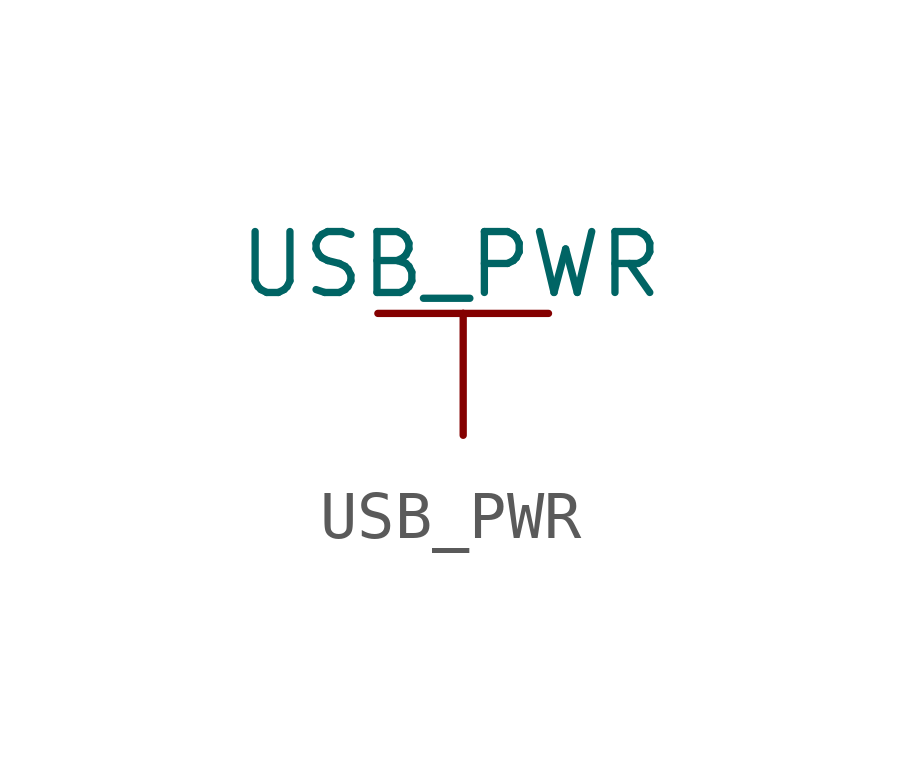
<source format=kicad_sym>
(kicad_symbol_lib
  (version 20231120)
  (generator "kicad_symbol_editor")
  (generator_version "8.0")
  (symbol "USB_PWR"
    (power)
    (pin_numbers hide)
    (pin_names
      (offset 0) hide)
    (property "Reference" "#PWR"
      (at 0 -3.81 0)
      (effects (font (size 1.27 1.27)) (hide yes)))
    (property "Value" "USB_PWR"
      (at -0.254 3.556 0)
      (effects (font (size 1.27 1.27))))
    (property "Footprint" ""
      (at 0 0 0)
      (effects (font (size 1.524 1.524))))
    (property "Datasheet" ""
      (at 0 0 0)
      (effects (font (size 1.524 1.524))))
    (symbol "USB_PWR_0_1"
      (polyline (pts (xy -1.778 2.54) (xy 0 2.54)) (stroke (width 0) (type default)) (fill (type none)))
      (polyline (pts (xy 0 0) (xy 0 2.54)) (stroke (width 0) (type default)) (fill (type none)))
      (polyline (pts (xy 0 2.54) (xy 1.778 2.54)) (stroke (width 0) (type default)) (fill (type none))))
    (symbol "USB_PWR_1_1"
      (pin power_in line (at 0 0 90) (length 0) hide (name "USB_PWR" (effects (font (size 1.27 1.27)))) (number "1" (effects (font (size 1.27 1.27))))))))
</source>
